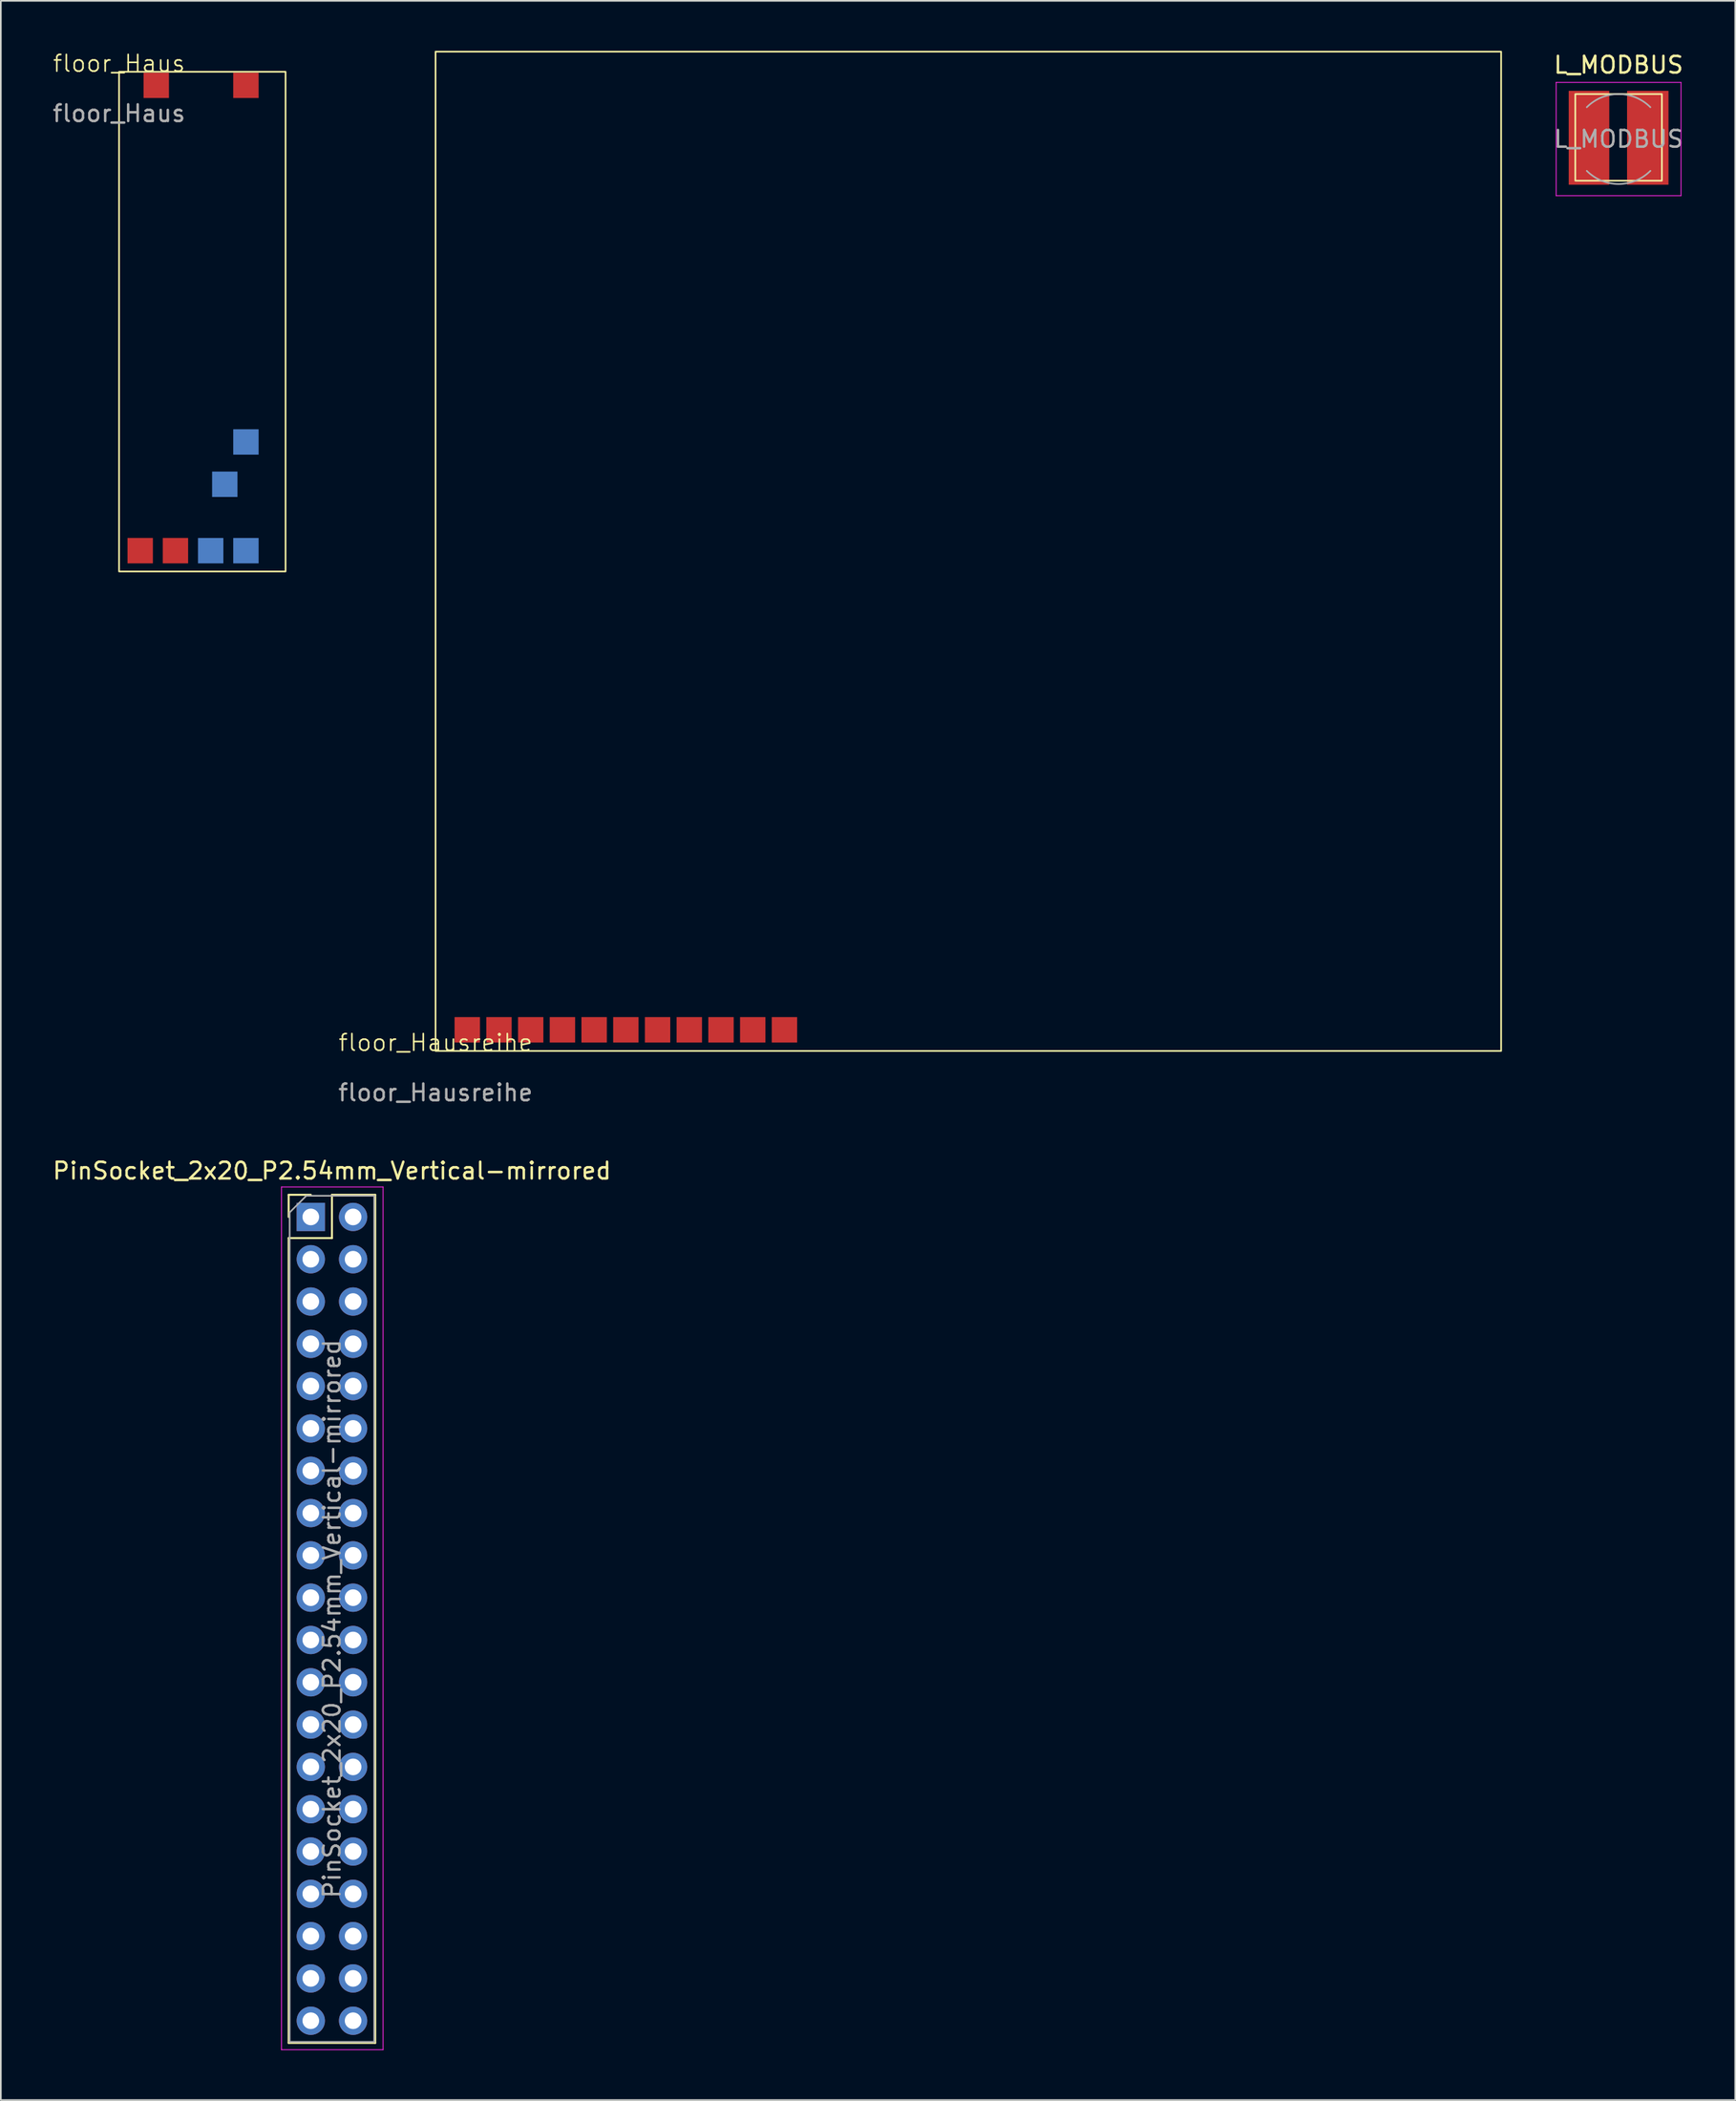
<source format=kicad_pcb>
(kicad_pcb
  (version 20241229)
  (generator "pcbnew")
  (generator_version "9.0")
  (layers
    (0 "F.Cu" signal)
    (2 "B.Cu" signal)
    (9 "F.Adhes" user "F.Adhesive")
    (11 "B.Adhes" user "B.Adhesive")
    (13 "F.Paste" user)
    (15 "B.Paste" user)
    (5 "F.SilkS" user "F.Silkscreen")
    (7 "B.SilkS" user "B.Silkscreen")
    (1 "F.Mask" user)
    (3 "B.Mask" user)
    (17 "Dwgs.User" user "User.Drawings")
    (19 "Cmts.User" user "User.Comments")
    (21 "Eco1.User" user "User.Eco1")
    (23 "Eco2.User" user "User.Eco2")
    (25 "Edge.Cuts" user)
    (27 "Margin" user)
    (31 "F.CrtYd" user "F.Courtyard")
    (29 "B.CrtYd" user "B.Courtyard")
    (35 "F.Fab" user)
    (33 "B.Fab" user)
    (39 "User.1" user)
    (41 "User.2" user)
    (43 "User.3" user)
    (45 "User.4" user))
  (footprint "L_MODBUS"
    (layer "F.Cu")
    (at 94.165 5.298)
    (property "Reference" "L_MODBUS" (at 0 -4.45 0) (layer "F.SilkS") (effects (font (size 1 1) (thickness 0.15))))
    (attr smd)
    (fp_rect (start -2.6 -2.7) (end 2.6 2.5) (stroke (width 0.1) (type default)) (fill no) (layer "F.SilkS"))
    (fp_line (start -3.75 -3.4) (end -3.75 3.4) (stroke (width 0.05) (type solid)) (layer "F.CrtYd"))
    (fp_line (start -3.75 3.4) (end 3.75 3.4) (stroke (width 0.05) (type solid)) (layer "F.CrtYd"))
    (fp_line (start 3.75 -3.4) (end -3.75 -3.4) (stroke (width 0.05) (type solid)) (layer "F.CrtYd"))
    (fp_line (start 3.75 3.4) (end 3.75 -3.4) (stroke (width 0.05) (type solid)) (layer "F.CrtYd"))
    (fp_arc (start -1.91 -1.91) (mid 0 -2.701148) (end 1.91 -1.91) (stroke (width 0.1) (type solid)) (layer "F.Fab"))
    (fp_arc (start 1.91 1.91) (mid 0 2.701148) (end -1.91 1.91) (stroke (width 0.1) (type solid)) (layer "F.Fab"))
    (fp_text user "${REFERENCE}" (at 0 0 0) (layer "F.Fab") (effects (font (size 1 1) (thickness 0.15))))
    (pad "1" smd rect (at -1.778 -0.076) (size 2.438 5.639) (layers "F.Cu" "F.Mask" "F.Paste"))
    (pad "2" smd rect (at 1.753 -0.076) (size 2.489 5.639) (layers "F.Cu" "F.Mask" "F.Paste")))
  (footprint "floor_Haus"
    (layer "F.Cu")
    (at 4.101 1.26)
    (property "Reference" "floor_Haus" (at 0 -0.5 0) (unlocked yes) (layer "F.SilkS") (effects (font (size 1 1) (thickness 0.1))))
    (fp_rect (start 10 30) (end 0 0) (stroke (width 0.1) (type default)) (fill no) (layer "F.SilkS"))
    (fp_text user "${REFERENCE}" (at 0 2.5 0) (unlocked yes) (layer "F.Fab") (effects (font (size 1 1) (thickness 0.15))))
    (pad "1" connect rect (at 2.235 0.813) (size 1.524 1.524) (layers "F.Cu" "F.Mask"))
    (pad "2" connect rect (at 7.62 0.813) (size 1.524 1.524) (layers "F.Cu" "F.Mask"))
    (pad "3" connect rect (at 1.27 28.753) (size 1.524 1.524) (layers "F.Cu" "F.Mask"))
    (pad "4" connect rect (at 3.387 28.753) (size 1.524 1.524) (layers "F.Cu" "F.Mask"))
    (pad "5" connect rect (at 5.503 28.753) (size 1.524 1.524) (layers "B.Cu" "B.Mask"))
    (pad "6" connect rect (at 7.62 28.753) (size 1.524 1.524) (layers "B.Cu" "B.Mask"))
    (pad "7" connect rect (at 6.35 24.765) (size 1.524 1.524) (layers "B.Cu" "B.Mask"))
    (pad "8" connect rect (at 7.62 22.225) (size 1.524 1.524) (layers "B.Cu" "B.Mask")))
  (footprint "PinSocket_2x20_P2.54mm_Vertical-mirrored"
    (layer "F.Cu")
    (at 18.157 70.016)
    (property "Reference" "PinSocket_2x20_P2.54mm_Vertical-mirrored" (at -1.27 -2.77 0) (layer "F.SilkS") (effects (font (size 1 1) (thickness 0.15))))
    (attr through_hole)
    (fp_line (start -3.87 -1.33) (end -3.87 0) (stroke (width 0.12) (type solid)) (layer "F.SilkS"))
    (fp_line (start -3.87 1.27) (end -3.87 49.59) (stroke (width 0.12) (type solid)) (layer "F.SilkS"))
    (fp_line (start -2.54 -1.33) (end -3.87 -1.33) (stroke (width 0.12) (type solid)) (layer "F.SilkS"))
    (fp_line (start -1.27 -1.33) (end -1.27 1.27) (stroke (width 0.12) (type solid)) (layer "F.SilkS"))
    (fp_line (start -1.27 1.27) (end -3.87 1.27) (stroke (width 0.12) (type solid)) (layer "F.SilkS"))
    (fp_line (start 1.33 -1.33) (end -1.27 -1.33) (stroke (width 0.12) (type solid)) (layer "F.SilkS"))
    (fp_line (start 1.33 -1.33) (end 1.33 49.59) (stroke (width 0.12) (type solid)) (layer "F.SilkS"))
    (fp_line (start 1.33 49.59) (end -3.87 49.59) (stroke (width 0.12) (type solid)) (layer "F.SilkS"))
    (fp_line (start -4.3 -1.8) (end -4.3 50) (stroke (width 0.05) (type solid)) (layer "F.CrtYd"))
    (fp_line (start -4.3 50) (end 1.8 50) (stroke (width 0.05) (type solid)) (layer "F.CrtYd"))
    (fp_line (start 1.8 -1.8) (end -4.3 -1.8) (stroke (width 0.05) (type solid)) (layer "F.CrtYd"))
    (fp_line (start 1.8 50) (end 1.8 -1.8) (stroke (width 0.05) (type solid)) (layer "F.CrtYd"))
    (fp_line (start -3.81 -0.27) (end -3.81 49.53) (stroke (width 0.1) (type solid)) (layer "F.Fab"))
    (fp_line (start -3.81 49.53) (end 1.27 49.53) (stroke (width 0.1) (type solid)) (layer "F.Fab"))
    (fp_line (start -2.81 -1.27) (end -3.81 -0.27) (stroke (width 0.1) (type solid)) (layer "F.Fab"))
    (fp_line (start 1.27 -1.27) (end -2.81 -1.27) (stroke (width 0.1) (type solid)) (layer "F.Fab"))
    (fp_line (start 1.27 49.53) (end 1.27 -1.27) (stroke (width 0.1) (type solid)) (layer "F.Fab"))
    (fp_text user "${REFERENCE}" (at -1.27 24.13 90) (layer "F.Fab") (effects (font (size 1 1) (thickness 0.15))))
    (pad "1" thru_hole rect (at -2.54 0) (size 1.7 1.7) (drill 1) (layers "*.Cu" "*.Mask"))
    (pad "2" thru_hole oval (at 0 0) (size 1.7 1.7) (drill 1) (layers "*.Cu" "*.Mask"))
    (pad "3" thru_hole oval (at -2.54 2.54) (size 1.7 1.7) (drill 1) (layers "*.Cu" "*.Mask"))
    (pad "4" thru_hole oval (at 0 2.54) (size 1.7 1.7) (drill 1) (layers "*.Cu" "*.Mask"))
    (pad "5" thru_hole oval (at -2.54 5.08) (size 1.7 1.7) (drill 1) (layers "*.Cu" "*.Mask"))
    (pad "6" thru_hole oval (at 0 5.08) (size 1.7 1.7) (drill 1) (layers "*.Cu" "*.Mask"))
    (pad "7" thru_hole oval (at -2.54 7.62) (size 1.7 1.7) (drill 1) (layers "*.Cu" "*.Mask"))
    (pad "8" thru_hole oval (at 0 7.62) (size 1.7 1.7) (drill 1) (layers "*.Cu" "*.Mask"))
    (pad "9" thru_hole oval (at -2.54 10.16) (size 1.7 1.7) (drill 1) (layers "*.Cu" "*.Mask"))
    (pad "10" thru_hole oval (at 0 10.16) (size 1.7 1.7) (drill 1) (layers "*.Cu" "*.Mask"))
    (pad "11" thru_hole oval (at -2.54 12.7) (size 1.7 1.7) (drill 1) (layers "*.Cu" "*.Mask"))
    (pad "12" thru_hole oval (at 0 12.7) (size 1.7 1.7) (drill 1) (layers "*.Cu" "*.Mask"))
    (pad "13" thru_hole oval (at -2.54 15.24) (size 1.7 1.7) (drill 1) (layers "*.Cu" "*.Mask"))
    (pad "14" thru_hole oval (at 0 15.24) (size 1.7 1.7) (drill 1) (layers "*.Cu" "*.Mask"))
    (pad "15" thru_hole oval (at -2.54 17.78) (size 1.7 1.7) (drill 1) (layers "*.Cu" "*.Mask"))
    (pad "16" thru_hole oval (at 0 17.78) (size 1.7 1.7) (drill 1) (layers "*.Cu" "*.Mask"))
    (pad "17" thru_hole oval (at -2.54 20.32) (size 1.7 1.7) (drill 1) (layers "*.Cu" "*.Mask"))
    (pad "18" thru_hole oval (at 0 20.32) (size 1.7 1.7) (drill 1) (layers "*.Cu" "*.Mask"))
    (pad "19" thru_hole oval (at -2.54 22.86) (size 1.7 1.7) (drill 1) (layers "*.Cu" "*.Mask"))
    (pad "20" thru_hole oval (at 0 22.86) (size 1.7 1.7) (drill 1) (layers "*.Cu" "*.Mask"))
    (pad "21" thru_hole oval (at -2.54 25.4) (size 1.7 1.7) (drill 1) (layers "*.Cu" "*.Mask"))
    (pad "22" thru_hole oval (at 0 25.4) (size 1.7 1.7) (drill 1) (layers "*.Cu" "*.Mask"))
    (pad "23" thru_hole oval (at -2.54 27.94) (size 1.7 1.7) (drill 1) (layers "*.Cu" "*.Mask"))
    (pad "24" thru_hole oval (at 0 27.94) (size 1.7 1.7) (drill 1) (layers "*.Cu" "*.Mask"))
    (pad "25" thru_hole oval (at -2.54 30.48) (size 1.7 1.7) (drill 1) (layers "*.Cu" "*.Mask"))
    (pad "26" thru_hole oval (at 0 30.48) (size 1.7 1.7) (drill 1) (layers "*.Cu" "*.Mask"))
    (pad "27" thru_hole oval (at -2.54 33.02) (size 1.7 1.7) (drill 1) (layers "*.Cu" "*.Mask"))
    (pad "28" thru_hole oval (at 0 33.02) (size 1.7 1.7) (drill 1) (layers "*.Cu" "*.Mask"))
    (pad "29" thru_hole oval (at -2.54 35.56) (size 1.7 1.7) (drill 1) (layers "*.Cu" "*.Mask"))
    (pad "30" thru_hole oval (at 0 35.56) (size 1.7 1.7) (drill 1) (layers "*.Cu" "*.Mask"))
    (pad "31" thru_hole oval (at -2.54 38.1) (size 1.7 1.7) (drill 1) (layers "*.Cu" "*.Mask"))
    (pad "32" thru_hole oval (at 0 38.1) (size 1.7 1.7) (drill 1) (layers "*.Cu" "*.Mask"))
    (pad "33" thru_hole oval (at -2.54 40.64) (size 1.7 1.7) (drill 1) (layers "*.Cu" "*.Mask"))
    (pad "34" thru_hole oval (at 0 40.64) (size 1.7 1.7) (drill 1) (layers "*.Cu" "*.Mask"))
    (pad "35" thru_hole oval (at -2.54 43.18) (size 1.7 1.7) (drill 1) (layers "*.Cu" "*.Mask"))
    (pad "36" thru_hole oval (at 0 43.18) (size 1.7 1.7) (drill 1) (layers "*.Cu" "*.Mask"))
    (pad "37" thru_hole oval (at -2.54 45.72) (size 1.7 1.7) (drill 1) (layers "*.Cu" "*.Mask"))
    (pad "38" thru_hole oval (at 0 45.72) (size 1.7 1.7) (drill 1) (layers "*.Cu" "*.Mask"))
    (pad "39" thru_hole oval (at -2.54 48.26) (size 1.7 1.7) (drill 1) (layers "*.Cu" "*.Mask"))
    (pad "40" thru_hole oval (at 0 48.26) (size 1.7 1.7) (drill 1) (layers "*.Cu" "*.Mask")))
  (footprint "floor_Hausreihe"
    (layer "F.Cu")
    (at 23.11 60.05)
    (property "Reference" "floor_Hausreihe" (at 0 -0.5 0) (unlocked yes) (layer "F.SilkS") (effects (font (size 1 1) (thickness 0.1))))
    (fp_rect (start 0 -60) (end 64 0) (stroke (width 0.1) (type default)) (fill no) (layer "F.SilkS"))
    (fp_text user "${REFERENCE}" (at 0 2.5 0) (unlocked yes) (layer "F.Fab") (effects (font (size 1 1) (thickness 0.15))))
    (pad "1" connect rect (at 1.905 -1.27) (size 1.524 1.524) (layers "F.Cu" "F.Mask"))
    (pad "2" connect rect (at 3.81 -1.27) (size 1.524 1.524) (layers "F.Cu" "F.Mask"))
    (pad "3" connect rect (at 5.715 -1.27) (size 1.524 1.524) (layers "F.Cu" "F.Mask"))
    (pad "4" connect rect (at 7.62 -1.27) (size 1.524 1.524) (layers "F.Cu" "F.Mask"))
    (pad "5" connect rect (at 9.525 -1.27) (size 1.524 1.524) (layers "F.Cu" "F.Mask"))
    (pad "6" connect rect (at 11.43 -1.27) (size 1.524 1.524) (layers "F.Cu" "F.Mask"))
    (pad "7" connect rect (at 13.335 -1.27) (size 1.524 1.524) (layers "F.Cu" "F.Mask"))
    (pad "8" connect rect (at 15.24 -1.27) (size 1.524 1.524) (layers "F.Cu" "F.Mask"))
    (pad "9" connect rect (at 17.145 -1.27) (size 1.524 1.524) (layers "F.Cu" "F.Mask"))
    (pad "10" connect rect (at 19.05 -1.27) (size 1.524 1.524) (layers "F.Cu" "F.Mask"))
    (pad "11" connect rect (at 20.955 -1.27) (size 1.524 1.524) (layers "F.Cu" "F.Mask")))
  (gr_rect
    (start -3 -3)
    (end 101.171 123.041)
    (stroke (width 0.1) (type default))
    (fill no)
    (layer "Edge.Cuts")))
</source>
